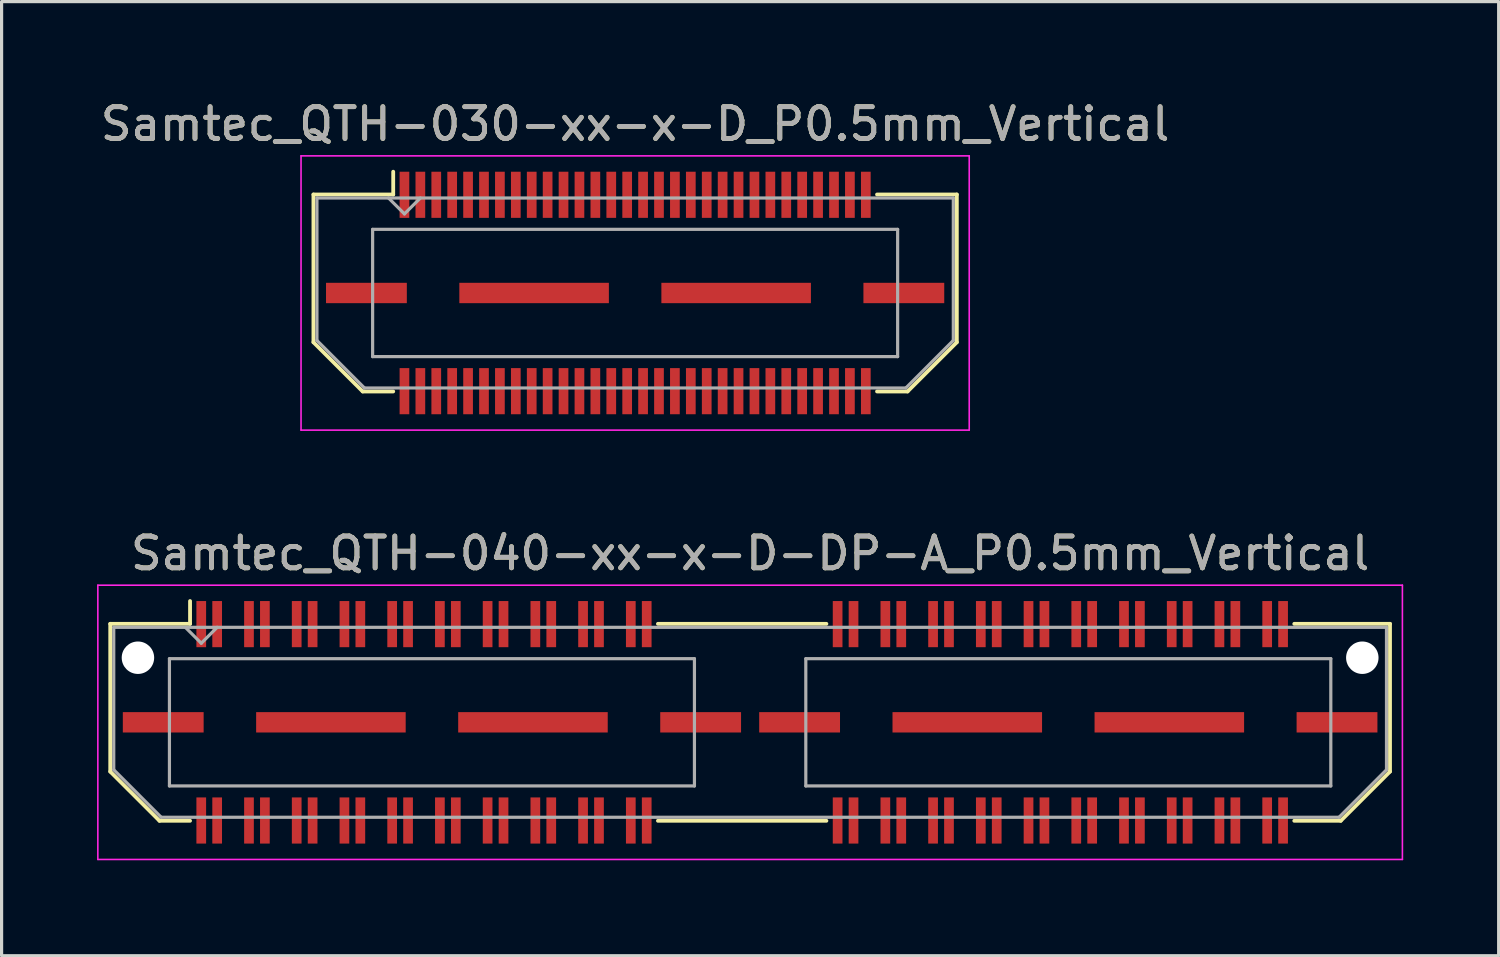
<source format=kicad_pcb>
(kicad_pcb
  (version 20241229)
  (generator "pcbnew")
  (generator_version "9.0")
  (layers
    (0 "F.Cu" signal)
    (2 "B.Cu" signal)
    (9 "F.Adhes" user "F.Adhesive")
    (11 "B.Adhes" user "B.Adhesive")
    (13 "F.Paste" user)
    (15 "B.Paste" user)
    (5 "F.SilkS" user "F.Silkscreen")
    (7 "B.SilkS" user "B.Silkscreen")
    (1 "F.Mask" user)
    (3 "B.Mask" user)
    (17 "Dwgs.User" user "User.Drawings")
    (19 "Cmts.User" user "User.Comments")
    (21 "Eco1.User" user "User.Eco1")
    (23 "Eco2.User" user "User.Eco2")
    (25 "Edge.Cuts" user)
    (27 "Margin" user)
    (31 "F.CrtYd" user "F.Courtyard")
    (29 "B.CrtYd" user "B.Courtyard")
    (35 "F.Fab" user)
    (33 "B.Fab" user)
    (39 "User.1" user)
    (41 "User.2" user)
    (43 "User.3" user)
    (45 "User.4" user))
  (footprint "Samtec_QTH-030-xx-x-D_P0.5mm_Vertical"
    (layer "F.Cu")
    (at 16.911 6.158)
    (property "Reference" "Samtec_QTH-030-xx-x-D_P0.5mm_Vertical" (at 0 -5.31 0) (layer "F.SilkS") (effects (font (size 1 1) (thickness 0.15))))
    (attr smd)
    (fp_line (start -10.11 -3.095) (end -10.11 1.548) (stroke (width 0.12) (type solid)) (layer "F.SilkS"))
    (fp_line (start -10.11 1.548) (end -8.562 3.095) (stroke (width 0.12) (type solid)) (layer "F.SilkS"))
    (fp_line (start -8.562 3.095) (end -7.603 3.095) (stroke (width 0.12) (type solid)) (layer "F.SilkS"))
    (fp_line (start -7.603 -3.811) (end -7.603 -3.095) (stroke (width 0.12) (type solid)) (layer "F.SilkS"))
    (fp_line (start -7.603 -3.095) (end -10.11 -3.095) (stroke (width 0.12) (type solid)) (layer "F.SilkS"))
    (fp_line (start 7.603 -3.095) (end 10.11 -3.095) (stroke (width 0.12) (type solid)) (layer "F.SilkS"))
    (fp_line (start 8.562 3.095) (end 7.603 3.095) (stroke (width 0.12) (type solid)) (layer "F.SilkS"))
    (fp_line (start 10.11 -3.095) (end 10.11 1.548) (stroke (width 0.12) (type solid)) (layer "F.SilkS"))
    (fp_line (start 10.11 1.548) (end 8.562 3.095) (stroke (width 0.12) (type solid)) (layer "F.SilkS"))
    (fp_line (start -10.5 -4.31) (end -10.5 4.31) (stroke (width 0.05) (type solid)) (layer "F.CrtYd"))
    (fp_line (start -10.5 4.31) (end 10.5 4.31) (stroke (width 0.05) (type solid)) (layer "F.CrtYd"))
    (fp_line (start 10.5 -4.31) (end -10.5 -4.31) (stroke (width 0.05) (type solid)) (layer "F.CrtYd"))
    (fp_line (start 10.5 4.31) (end 10.5 -4.31) (stroke (width 0.05) (type solid)) (layer "F.CrtYd"))
    (fp_line (start -10 -2.985) (end -10 1.492) (stroke (width 0.1) (type solid)) (layer "F.Fab"))
    (fp_line (start -10 -2.985) (end 10 -2.985) (stroke (width 0.1) (type solid)) (layer "F.Fab"))
    (fp_line (start -10 1.492) (end -8.508 2.985) (stroke (width 0.1) (type solid)) (layer "F.Fab"))
    (fp_line (start -8.508 2.985) (end 8.508 2.985) (stroke (width 0.1) (type solid)) (layer "F.Fab"))
    (fp_line (start -8.25 -2) (end -8.25 2) (stroke (width 0.1) (type solid)) (layer "F.Fab"))
    (fp_line (start -8.25 2) (end 8.25 2) (stroke (width 0.1) (type solid)) (layer "F.Fab"))
    (fp_line (start -7.25 -2.485) (end -7.75 -2.985) (stroke (width 0.1) (type solid)) (layer "F.Fab"))
    (fp_line (start -6.75 -2.985) (end -7.25 -2.485) (stroke (width 0.1) (type solid)) (layer "F.Fab"))
    (fp_line (start 8.25 -2) (end -8.25 -2) (stroke (width 0.1) (type solid)) (layer "F.Fab"))
    (fp_line (start 8.25 2) (end 8.25 -2) (stroke (width 0.1) (type solid)) (layer "F.Fab"))
    (fp_line (start 10 -2.985) (end 10 1.492) (stroke (width 0.1) (type solid)) (layer "F.Fab"))
    (fp_line (start 10 1.492) (end 8.508 2.985) (stroke (width 0.1) (type solid)) (layer "F.Fab"))
    (fp_text user "${REFERENCE}" (at 0 -5.31 0) (layer "F.Fab") (effects (font (size 1 1) (thickness 0.15))))
    (pad "1" smd rect (at -7.25 -3.086) (size 0.305 1.45) (layers "F.Cu" "F.Mask" "F.Paste"))
    (pad "2" smd rect (at -7.25 3.086) (size 0.305 1.45) (layers "F.Cu" "F.Mask" "F.Paste"))
    (pad "3" smd rect (at -6.75 -3.086) (size 0.305 1.45) (layers "F.Cu" "F.Mask" "F.Paste"))
    (pad "4" smd rect (at -6.75 3.086) (size 0.305 1.45) (layers "F.Cu" "F.Mask" "F.Paste"))
    (pad "5" smd rect (at -6.25 -3.086) (size 0.305 1.45) (layers "F.Cu" "F.Mask" "F.Paste"))
    (pad "6" smd rect (at -6.25 3.086) (size 0.305 1.45) (layers "F.Cu" "F.Mask" "F.Paste"))
    (pad "7" smd rect (at -5.75 -3.086) (size 0.305 1.45) (layers "F.Cu" "F.Mask" "F.Paste"))
    (pad "8" smd rect (at -5.75 3.086) (size 0.305 1.45) (layers "F.Cu" "F.Mask" "F.Paste"))
    (pad "9" smd rect (at -5.25 -3.086) (size 0.305 1.45) (layers "F.Cu" "F.Mask" "F.Paste"))
    (pad "10" smd rect (at -5.25 3.086) (size 0.305 1.45) (layers "F.Cu" "F.Mask" "F.Paste"))
    (pad "11" smd rect (at -4.75 -3.086) (size 0.305 1.45) (layers "F.Cu" "F.Mask" "F.Paste"))
    (pad "12" smd rect (at -4.75 3.086) (size 0.305 1.45) (layers "F.Cu" "F.Mask" "F.Paste"))
    (pad "13" smd rect (at -4.25 -3.086) (size 0.305 1.45) (layers "F.Cu" "F.Mask" "F.Paste"))
    (pad "14" smd rect (at -4.25 3.086) (size 0.305 1.45) (layers "F.Cu" "F.Mask" "F.Paste"))
    (pad "15" smd rect (at -3.75 -3.086) (size 0.305 1.45) (layers "F.Cu" "F.Mask" "F.Paste"))
    (pad "16" smd rect (at -3.75 3.086) (size 0.305 1.45) (layers "F.Cu" "F.Mask" "F.Paste"))
    (pad "17" smd rect (at -3.25 -3.086) (size 0.305 1.45) (layers "F.Cu" "F.Mask" "F.Paste"))
    (pad "18" smd rect (at -3.25 3.086) (size 0.305 1.45) (layers "F.Cu" "F.Mask" "F.Paste"))
    (pad "19" smd rect (at -2.75 -3.086) (size 0.305 1.45) (layers "F.Cu" "F.Mask" "F.Paste"))
    (pad "20" smd rect (at -2.75 3.086) (size 0.305 1.45) (layers "F.Cu" "F.Mask" "F.Paste"))
    (pad "21" smd rect (at -2.25 -3.086) (size 0.305 1.45) (layers "F.Cu" "F.Mask" "F.Paste"))
    (pad "22" smd rect (at -2.25 3.086) (size 0.305 1.45) (layers "F.Cu" "F.Mask" "F.Paste"))
    (pad "23" smd rect (at -1.75 -3.086) (size 0.305 1.45) (layers "F.Cu" "F.Mask" "F.Paste"))
    (pad "24" smd rect (at -1.75 3.086) (size 0.305 1.45) (layers "F.Cu" "F.Mask" "F.Paste"))
    (pad "25" smd rect (at -1.25 -3.086) (size 0.305 1.45) (layers "F.Cu" "F.Mask" "F.Paste"))
    (pad "26" smd rect (at -1.25 3.086) (size 0.305 1.45) (layers "F.Cu" "F.Mask" "F.Paste"))
    (pad "27" smd rect (at -0.75 -3.086) (size 0.305 1.45) (layers "F.Cu" "F.Mask" "F.Paste"))
    (pad "28" smd rect (at -0.75 3.086) (size 0.305 1.45) (layers "F.Cu" "F.Mask" "F.Paste"))
    (pad "29" smd rect (at -0.25 -3.086) (size 0.305 1.45) (layers "F.Cu" "F.Mask" "F.Paste"))
    (pad "30" smd rect (at -0.25 3.086) (size 0.305 1.45) (layers "F.Cu" "F.Mask" "F.Paste"))
    (pad "31" smd rect (at 0.25 -3.086) (size 0.305 1.45) (layers "F.Cu" "F.Mask" "F.Paste"))
    (pad "32" smd rect (at 0.25 3.086) (size 0.305 1.45) (layers "F.Cu" "F.Mask" "F.Paste"))
    (pad "33" smd rect (at 0.75 -3.086) (size 0.305 1.45) (layers "F.Cu" "F.Mask" "F.Paste"))
    (pad "34" smd rect (at 0.75 3.086) (size 0.305 1.45) (layers "F.Cu" "F.Mask" "F.Paste"))
    (pad "35" smd rect (at 1.25 -3.086) (size 0.305 1.45) (layers "F.Cu" "F.Mask" "F.Paste"))
    (pad "36" smd rect (at 1.25 3.086) (size 0.305 1.45) (layers "F.Cu" "F.Mask" "F.Paste"))
    (pad "37" smd rect (at 1.75 -3.086) (size 0.305 1.45) (layers "F.Cu" "F.Mask" "F.Paste"))
    (pad "38" smd rect (at 1.75 3.086) (size 0.305 1.45) (layers "F.Cu" "F.Mask" "F.Paste"))
    (pad "39" smd rect (at 2.25 -3.086) (size 0.305 1.45) (layers "F.Cu" "F.Mask" "F.Paste"))
    (pad "40" smd rect (at 2.25 3.086) (size 0.305 1.45) (layers "F.Cu" "F.Mask" "F.Paste"))
    (pad "41" smd rect (at 2.75 -3.086) (size 0.305 1.45) (layers "F.Cu" "F.Mask" "F.Paste"))
    (pad "42" smd rect (at 2.75 3.086) (size 0.305 1.45) (layers "F.Cu" "F.Mask" "F.Paste"))
    (pad "43" smd rect (at 3.25 -3.086) (size 0.305 1.45) (layers "F.Cu" "F.Mask" "F.Paste"))
    (pad "44" smd rect (at 3.25 3.086) (size 0.305 1.45) (layers "F.Cu" "F.Mask" "F.Paste"))
    (pad "45" smd rect (at 3.75 -3.086) (size 0.305 1.45) (layers "F.Cu" "F.Mask" "F.Paste"))
    (pad "46" smd rect (at 3.75 3.086) (size 0.305 1.45) (layers "F.Cu" "F.Mask" "F.Paste"))
    (pad "47" smd rect (at 4.25 -3.086) (size 0.305 1.45) (layers "F.Cu" "F.Mask" "F.Paste"))
    (pad "48" smd rect (at 4.25 3.086) (size 0.305 1.45) (layers "F.Cu" "F.Mask" "F.Paste"))
    (pad "49" smd rect (at 4.75 -3.086) (size 0.305 1.45) (layers "F.Cu" "F.Mask" "F.Paste"))
    (pad "50" smd rect (at 4.75 3.086) (size 0.305 1.45) (layers "F.Cu" "F.Mask" "F.Paste"))
    (pad "51" smd rect (at 5.25 -3.086) (size 0.305 1.45) (layers "F.Cu" "F.Mask" "F.Paste"))
    (pad "52" smd rect (at 5.25 3.086) (size 0.305 1.45) (layers "F.Cu" "F.Mask" "F.Paste"))
    (pad "53" smd rect (at 5.75 -3.086) (size 0.305 1.45) (layers "F.Cu" "F.Mask" "F.Paste"))
    (pad "54" smd rect (at 5.75 3.086) (size 0.305 1.45) (layers "F.Cu" "F.Mask" "F.Paste"))
    (pad "55" smd rect (at 6.25 -3.086) (size 0.305 1.45) (layers "F.Cu" "F.Mask" "F.Paste"))
    (pad "56" smd rect (at 6.25 3.086) (size 0.305 1.45) (layers "F.Cu" "F.Mask" "F.Paste"))
    (pad "57" smd rect (at 6.75 -3.086) (size 0.305 1.45) (layers "F.Cu" "F.Mask" "F.Paste"))
    (pad "58" smd rect (at 6.75 3.086) (size 0.305 1.45) (layers "F.Cu" "F.Mask" "F.Paste"))
    (pad "59" smd rect (at 7.25 -3.086) (size 0.305 1.45) (layers "F.Cu" "F.Mask" "F.Paste"))
    (pad "60" smd rect (at 7.25 3.086) (size 0.305 1.45) (layers "F.Cu" "F.Mask" "F.Paste"))
    (pad "P1" smd rect (at -8.445 0) (size 2.54 0.64) (layers "F.Cu" "F.Mask" "F.Paste"))
    (pad "P1" smd rect (at -3.175 0) (size 4.7 0.64) (layers "F.Cu" "F.Mask" "F.Paste"))
    (pad "P1" smd rect (at 3.175 0) (size 4.7 0.64) (layers "F.Cu" "F.Mask" "F.Paste"))
    (pad "P1" smd rect (at 8.445 0) (size 2.54 0.64) (layers "F.Cu" "F.Mask" "F.Paste")))
  (footprint "Samtec_QTH-040-xx-x-D-DP-A_P0.5mm_Vertical"
    (layer "F.Cu")
    (at 20.525 19.651)
    (property "Reference" "Samtec_QTH-040-xx-x-D-DP-A_P0.5mm_Vertical" (at 0 -5.31 0) (layer "F.SilkS") (effects (font (size 1 1) (thickness 0.15))))
    (attr smd)
    (fp_line (start -20.11 -3.095) (end -20.11 1.548) (stroke (width 0.12) (type solid)) (layer "F.SilkS"))
    (fp_line (start -20.11 1.548) (end -18.562 3.095) (stroke (width 0.12) (type solid)) (layer "F.SilkS"))
    (fp_line (start -18.562 3.095) (end -17.602 3.095) (stroke (width 0.12) (type solid)) (layer "F.SilkS"))
    (fp_line (start -17.602 -3.811) (end -17.602 -3.095) (stroke (width 0.12) (type solid)) (layer "F.SilkS"))
    (fp_line (start -17.602 -3.095) (end -20.11 -3.095) (stroke (width 0.12) (type solid)) (layer "F.SilkS"))
    (fp_line (start -2.897 -3.095) (end 2.397 -3.095) (stroke (width 0.12) (type solid)) (layer "F.SilkS"))
    (fp_line (start -2.897 3.095) (end 2.397 3.095) (stroke (width 0.12) (type solid)) (layer "F.SilkS"))
    (fp_line (start 17.102 -3.095) (end 20.11 -3.095) (stroke (width 0.12) (type solid)) (layer "F.SilkS"))
    (fp_line (start 18.562 3.095) (end 17.102 3.095) (stroke (width 0.12) (type solid)) (layer "F.SilkS"))
    (fp_line (start 20.11 -3.095) (end 20.11 1.548) (stroke (width 0.12) (type solid)) (layer "F.SilkS"))
    (fp_line (start 20.11 1.548) (end 18.562 3.095) (stroke (width 0.12) (type solid)) (layer "F.SilkS"))
    (fp_line (start -20.5 -4.31) (end -20.5 4.31) (stroke (width 0.05) (type solid)) (layer "F.CrtYd"))
    (fp_line (start -20.5 4.31) (end 20.5 4.31) (stroke (width 0.05) (type solid)) (layer "F.CrtYd"))
    (fp_line (start 20.5 -4.31) (end -20.5 -4.31) (stroke (width 0.05) (type solid)) (layer "F.CrtYd"))
    (fp_line (start 20.5 4.31) (end 20.5 -4.31) (stroke (width 0.05) (type solid)) (layer "F.CrtYd"))
    (fp_line (start -20 -2.985) (end -20 1.492) (stroke (width 0.1) (type solid)) (layer "F.Fab"))
    (fp_line (start -20 -2.985) (end 20 -2.985) (stroke (width 0.1) (type solid)) (layer "F.Fab"))
    (fp_line (start -20 1.492) (end -18.508 2.985) (stroke (width 0.1) (type solid)) (layer "F.Fab"))
    (fp_line (start -18.508 2.985) (end 18.508 2.985) (stroke (width 0.1) (type solid)) (layer "F.Fab"))
    (fp_line (start -18.25 -2) (end -18.25 2) (stroke (width 0.1) (type solid)) (layer "F.Fab"))
    (fp_line (start -18.25 2) (end -1.75 2) (stroke (width 0.1) (type solid)) (layer "F.Fab"))
    (fp_line (start -17.25 -2.485) (end -17.75 -2.985) (stroke (width 0.1) (type solid)) (layer "F.Fab"))
    (fp_line (start -16.75 -2.985) (end -17.25 -2.485) (stroke (width 0.1) (type solid)) (layer "F.Fab"))
    (fp_line (start -1.75 -2) (end -18.25 -2) (stroke (width 0.1) (type solid)) (layer "F.Fab"))
    (fp_line (start -1.75 2) (end -1.75 -2) (stroke (width 0.1) (type solid)) (layer "F.Fab"))
    (fp_line (start 1.75 -2) (end 1.75 2) (stroke (width 0.1) (type solid)) (layer "F.Fab"))
    (fp_line (start 1.75 2) (end 18.25 2) (stroke (width 0.1) (type solid)) (layer "F.Fab"))
    (fp_line (start 18.25 -2) (end 1.75 -2) (stroke (width 0.1) (type solid)) (layer "F.Fab"))
    (fp_line (start 18.25 2) (end 18.25 -2) (stroke (width 0.1) (type solid)) (layer "F.Fab"))
    (fp_line (start 20 -2.985) (end 20 1.492) (stroke (width 0.1) (type solid)) (layer "F.Fab"))
    (fp_line (start 20 1.492) (end 18.508 2.985) (stroke (width 0.1) (type solid)) (layer "F.Fab"))
    (fp_text user "${REFERENCE}" (at 0 -5.31 0) (layer "F.Fab") (effects (font (size 1 1) (thickness 0.15))))
    (pad "" np_thru_hole circle (at -19.24 -2.03) (size 1.02 1.02) (drill 1.02) (layers "*.Cu" "*.Mask"))
    (pad "" np_thru_hole circle (at 19.24 -2.03) (size 1.02 1.02) (drill 1.02) (layers "*.Cu" "*.Mask"))
    (pad "1" smd rect (at -17.25 -3.086) (size 0.305 1.45) (layers "F.Cu" "F.Mask" "F.Paste"))
    (pad "2" smd rect (at -17.25 3.086) (size 0.305 1.45) (layers "F.Cu" "F.Mask" "F.Paste"))
    (pad "3" smd rect (at -16.75 -3.086) (size 0.305 1.45) (layers "F.Cu" "F.Mask" "F.Paste"))
    (pad "4" smd rect (at -16.75 3.086) (size 0.305 1.45) (layers "F.Cu" "F.Mask" "F.Paste"))
    (pad "5" smd rect (at -15.75 -3.086) (size 0.305 1.45) (layers "F.Cu" "F.Mask" "F.Paste"))
    (pad "6" smd rect (at -15.75 3.086) (size 0.305 1.45) (layers "F.Cu" "F.Mask" "F.Paste"))
    (pad "7" smd rect (at -15.25 -3.086) (size 0.305 1.45) (layers "F.Cu" "F.Mask" "F.Paste"))
    (pad "8" smd rect (at -15.25 3.086) (size 0.305 1.45) (layers "F.Cu" "F.Mask" "F.Paste"))
    (pad "9" smd rect (at -14.25 -3.086) (size 0.305 1.45) (layers "F.Cu" "F.Mask" "F.Paste"))
    (pad "10" smd rect (at -14.25 3.086) (size 0.305 1.45) (layers "F.Cu" "F.Mask" "F.Paste"))
    (pad "11" smd rect (at -13.75 -3.086) (size 0.305 1.45) (layers "F.Cu" "F.Mask" "F.Paste"))
    (pad "12" smd rect (at -13.75 3.086) (size 0.305 1.45) (layers "F.Cu" "F.Mask" "F.Paste"))
    (pad "13" smd rect (at -12.75 -3.086) (size 0.305 1.45) (layers "F.Cu" "F.Mask" "F.Paste"))
    (pad "14" smd rect (at -12.75 3.086) (size 0.305 1.45) (layers "F.Cu" "F.Mask" "F.Paste"))
    (pad "15" smd rect (at -12.25 -3.086) (size 0.305 1.45) (layers "F.Cu" "F.Mask" "F.Paste"))
    (pad "16" smd rect (at -12.25 3.086) (size 0.305 1.45) (layers "F.Cu" "F.Mask" "F.Paste"))
    (pad "17" smd rect (at -11.25 -3.086) (size 0.305 1.45) (layers "F.Cu" "F.Mask" "F.Paste"))
    (pad "18" smd rect (at -11.25 3.086) (size 0.305 1.45) (layers "F.Cu" "F.Mask" "F.Paste"))
    (pad "19" smd rect (at -10.75 -3.086) (size 0.305 1.45) (layers "F.Cu" "F.Mask" "F.Paste"))
    (pad "20" smd rect (at -10.75 3.086) (size 0.305 1.45) (layers "F.Cu" "F.Mask" "F.Paste"))
    (pad "21" smd rect (at -9.75 -3.086) (size 0.305 1.45) (layers "F.Cu" "F.Mask" "F.Paste"))
    (pad "22" smd rect (at -9.75 3.086) (size 0.305 1.45) (layers "F.Cu" "F.Mask" "F.Paste"))
    (pad "23" smd rect (at -9.25 -3.086) (size 0.305 1.45) (layers "F.Cu" "F.Mask" "F.Paste"))
    (pad "24" smd rect (at -9.25 3.086) (size 0.305 1.45) (layers "F.Cu" "F.Mask" "F.Paste"))
    (pad "25" smd rect (at -8.25 -3.086) (size 0.305 1.45) (layers "F.Cu" "F.Mask" "F.Paste"))
    (pad "26" smd rect (at -8.25 3.086) (size 0.305 1.45) (layers "F.Cu" "F.Mask" "F.Paste"))
    (pad "27" smd rect (at -7.75 -3.086) (size 0.305 1.45) (layers "F.Cu" "F.Mask" "F.Paste"))
    (pad "28" smd rect (at -7.75 3.086) (size 0.305 1.45) (layers "F.Cu" "F.Mask" "F.Paste"))
    (pad "29" smd rect (at -6.75 -3.086) (size 0.305 1.45) (layers "F.Cu" "F.Mask" "F.Paste"))
    (pad "30" smd rect (at -6.75 3.086) (size 0.305 1.45) (layers "F.Cu" "F.Mask" "F.Paste"))
    (pad "31" smd rect (at -6.25 -3.086) (size 0.305 1.45) (layers "F.Cu" "F.Mask" "F.Paste"))
    (pad "32" smd rect (at -6.25 3.086) (size 0.305 1.45) (layers "F.Cu" "F.Mask" "F.Paste"))
    (pad "33" smd rect (at -5.25 -3.086) (size 0.305 1.45) (layers "F.Cu" "F.Mask" "F.Paste"))
    (pad "34" smd rect (at -5.25 3.086) (size 0.305 1.45) (layers "F.Cu" "F.Mask" "F.Paste"))
    (pad "35" smd rect (at -4.75 -3.086) (size 0.305 1.45) (layers "F.Cu" "F.Mask" "F.Paste"))
    (pad "36" smd rect (at -4.75 3.086) (size 0.305 1.45) (layers "F.Cu" "F.Mask" "F.Paste"))
    (pad "37" smd rect (at -3.75 -3.086) (size 0.305 1.45) (layers "F.Cu" "F.Mask" "F.Paste"))
    (pad "38" smd rect (at -3.75 3.086) (size 0.305 1.45) (layers "F.Cu" "F.Mask" "F.Paste"))
    (pad "39" smd rect (at -3.25 -3.086) (size 0.305 1.45) (layers "F.Cu" "F.Mask" "F.Paste"))
    (pad "40" smd rect (at -3.25 3.086) (size 0.305 1.45) (layers "F.Cu" "F.Mask" "F.Paste"))
    (pad "41" smd rect (at 2.75 -3.086) (size 0.305 1.45) (layers "F.Cu" "F.Mask" "F.Paste"))
    (pad "42" smd rect (at 2.75 3.086) (size 0.305 1.45) (layers "F.Cu" "F.Mask" "F.Paste"))
    (pad "43" smd rect (at 3.25 -3.086) (size 0.305 1.45) (layers "F.Cu" "F.Mask" "F.Paste"))
    (pad "44" smd rect (at 3.25 3.086) (size 0.305 1.45) (layers "F.Cu" "F.Mask" "F.Paste"))
    (pad "45" smd rect (at 4.25 -3.086) (size 0.305 1.45) (layers "F.Cu" "F.Mask" "F.Paste"))
    (pad "46" smd rect (at 4.25 3.086) (size 0.305 1.45) (layers "F.Cu" "F.Mask" "F.Paste"))
    (pad "47" smd rect (at 4.75 -3.086) (size 0.305 1.45) (layers "F.Cu" "F.Mask" "F.Paste"))
    (pad "48" smd rect (at 4.75 3.086) (size 0.305 1.45) (layers "F.Cu" "F.Mask" "F.Paste"))
    (pad "49" smd rect (at 5.75 -3.086) (size 0.305 1.45) (layers "F.Cu" "F.Mask" "F.Paste"))
    (pad "50" smd rect (at 5.75 3.086) (size 0.305 1.45) (layers "F.Cu" "F.Mask" "F.Paste"))
    (pad "51" smd rect (at 6.25 -3.086) (size 0.305 1.45) (layers "F.Cu" "F.Mask" "F.Paste"))
    (pad "52" smd rect (at 6.25 3.086) (size 0.305 1.45) (layers "F.Cu" "F.Mask" "F.Paste"))
    (pad "53" smd rect (at 7.25 -3.086) (size 0.305 1.45) (layers "F.Cu" "F.Mask" "F.Paste"))
    (pad "54" smd rect (at 7.25 3.086) (size 0.305 1.45) (layers "F.Cu" "F.Mask" "F.Paste"))
    (pad "55" smd rect (at 7.75 -3.086) (size 0.305 1.45) (layers "F.Cu" "F.Mask" "F.Paste"))
    (pad "56" smd rect (at 7.75 3.086) (size 0.305 1.45) (layers "F.Cu" "F.Mask" "F.Paste"))
    (pad "57" smd rect (at 8.75 -3.086) (size 0.305 1.45) (layers "F.Cu" "F.Mask" "F.Paste"))
    (pad "58" smd rect (at 8.75 3.086) (size 0.305 1.45) (layers "F.Cu" "F.Mask" "F.Paste"))
    (pad "59" smd rect (at 9.25 -3.086) (size 0.305 1.45) (layers "F.Cu" "F.Mask" "F.Paste"))
    (pad "60" smd rect (at 9.25 3.086) (size 0.305 1.45) (layers "F.Cu" "F.Mask" "F.Paste"))
    (pad "61" smd rect (at 10.25 -3.086) (size 0.305 1.45) (layers "F.Cu" "F.Mask" "F.Paste"))
    (pad "62" smd rect (at 10.25 3.086) (size 0.305 1.45) (layers "F.Cu" "F.Mask" "F.Paste"))
    (pad "63" smd rect (at 10.75 -3.086) (size 0.305 1.45) (layers "F.Cu" "F.Mask" "F.Paste"))
    (pad "64" smd rect (at 10.75 3.086) (size 0.305 1.45) (layers "F.Cu" "F.Mask" "F.Paste"))
    (pad "65" smd rect (at 11.75 -3.086) (size 0.305 1.45) (layers "F.Cu" "F.Mask" "F.Paste"))
    (pad "66" smd rect (at 11.75 3.086) (size 0.305 1.45) (layers "F.Cu" "F.Mask" "F.Paste"))
    (pad "67" smd rect (at 12.25 -3.086) (size 0.305 1.45) (layers "F.Cu" "F.Mask" "F.Paste"))
    (pad "68" smd rect (at 12.25 3.086) (size 0.305 1.45) (layers "F.Cu" "F.Mask" "F.Paste"))
    (pad "69" smd rect (at 13.25 -3.086) (size 0.305 1.45) (layers "F.Cu" "F.Mask" "F.Paste"))
    (pad "70" smd rect (at 13.25 3.086) (size 0.305 1.45) (layers "F.Cu" "F.Mask" "F.Paste"))
    (pad "71" smd rect (at 13.75 -3.086) (size 0.305 1.45) (layers "F.Cu" "F.Mask" "F.Paste"))
    (pad "72" smd rect (at 13.75 3.086) (size 0.305 1.45) (layers "F.Cu" "F.Mask" "F.Paste"))
    (pad "73" smd rect (at 14.75 -3.086) (size 0.305 1.45) (layers "F.Cu" "F.Mask" "F.Paste"))
    (pad "74" smd rect (at 14.75 3.086) (size 0.305 1.45) (layers "F.Cu" "F.Mask" "F.Paste"))
    (pad "75" smd rect (at 15.25 -3.086) (size 0.305 1.45) (layers "F.Cu" "F.Mask" "F.Paste"))
    (pad "76" smd rect (at 15.25 3.086) (size 0.305 1.45) (layers "F.Cu" "F.Mask" "F.Paste"))
    (pad "77" smd rect (at 16.25 -3.086) (size 0.305 1.45) (layers "F.Cu" "F.Mask" "F.Paste"))
    (pad "78" smd rect (at 16.25 3.086) (size 0.305 1.45) (layers "F.Cu" "F.Mask" "F.Paste"))
    (pad "79" smd rect (at 16.75 -3.086) (size 0.305 1.45) (layers "F.Cu" "F.Mask" "F.Paste"))
    (pad "80" smd rect (at 16.75 3.086) (size 0.305 1.45) (layers "F.Cu" "F.Mask" "F.Paste"))
    (pad "P1" smd rect (at -18.445 0) (size 2.54 0.64) (layers "F.Cu" "F.Mask" "F.Paste"))
    (pad "P1" smd rect (at -13.175 0) (size 4.7 0.64) (layers "F.Cu" "F.Mask" "F.Paste"))
    (pad "P1" smd rect (at -6.825 0) (size 4.7 0.64) (layers "F.Cu" "F.Mask" "F.Paste"))
    (pad "P1" smd rect (at -1.555 0) (size 2.54 0.64) (layers "F.Cu" "F.Mask" "F.Paste"))
    (pad "P2" smd rect (at 1.555 0) (size 2.54 0.64) (layers "F.Cu" "F.Mask" "F.Paste"))
    (pad "P2" smd rect (at 6.825 0) (size 4.7 0.64) (layers "F.Cu" "F.Mask" "F.Paste"))
    (pad "P2" smd rect (at 13.175 0) (size 4.7 0.64) (layers "F.Cu" "F.Mask" "F.Paste"))
    (pad "P2" smd rect (at 18.445 0) (size 2.54 0.64) (layers "F.Cu" "F.Mask" "F.Paste")))
  (gr_rect
    (start -3 -3)
    (end 44.05 26.986)
    (stroke (width 0.1) (type default))
    (fill no)
    (layer "Edge.Cuts")))
</source>
